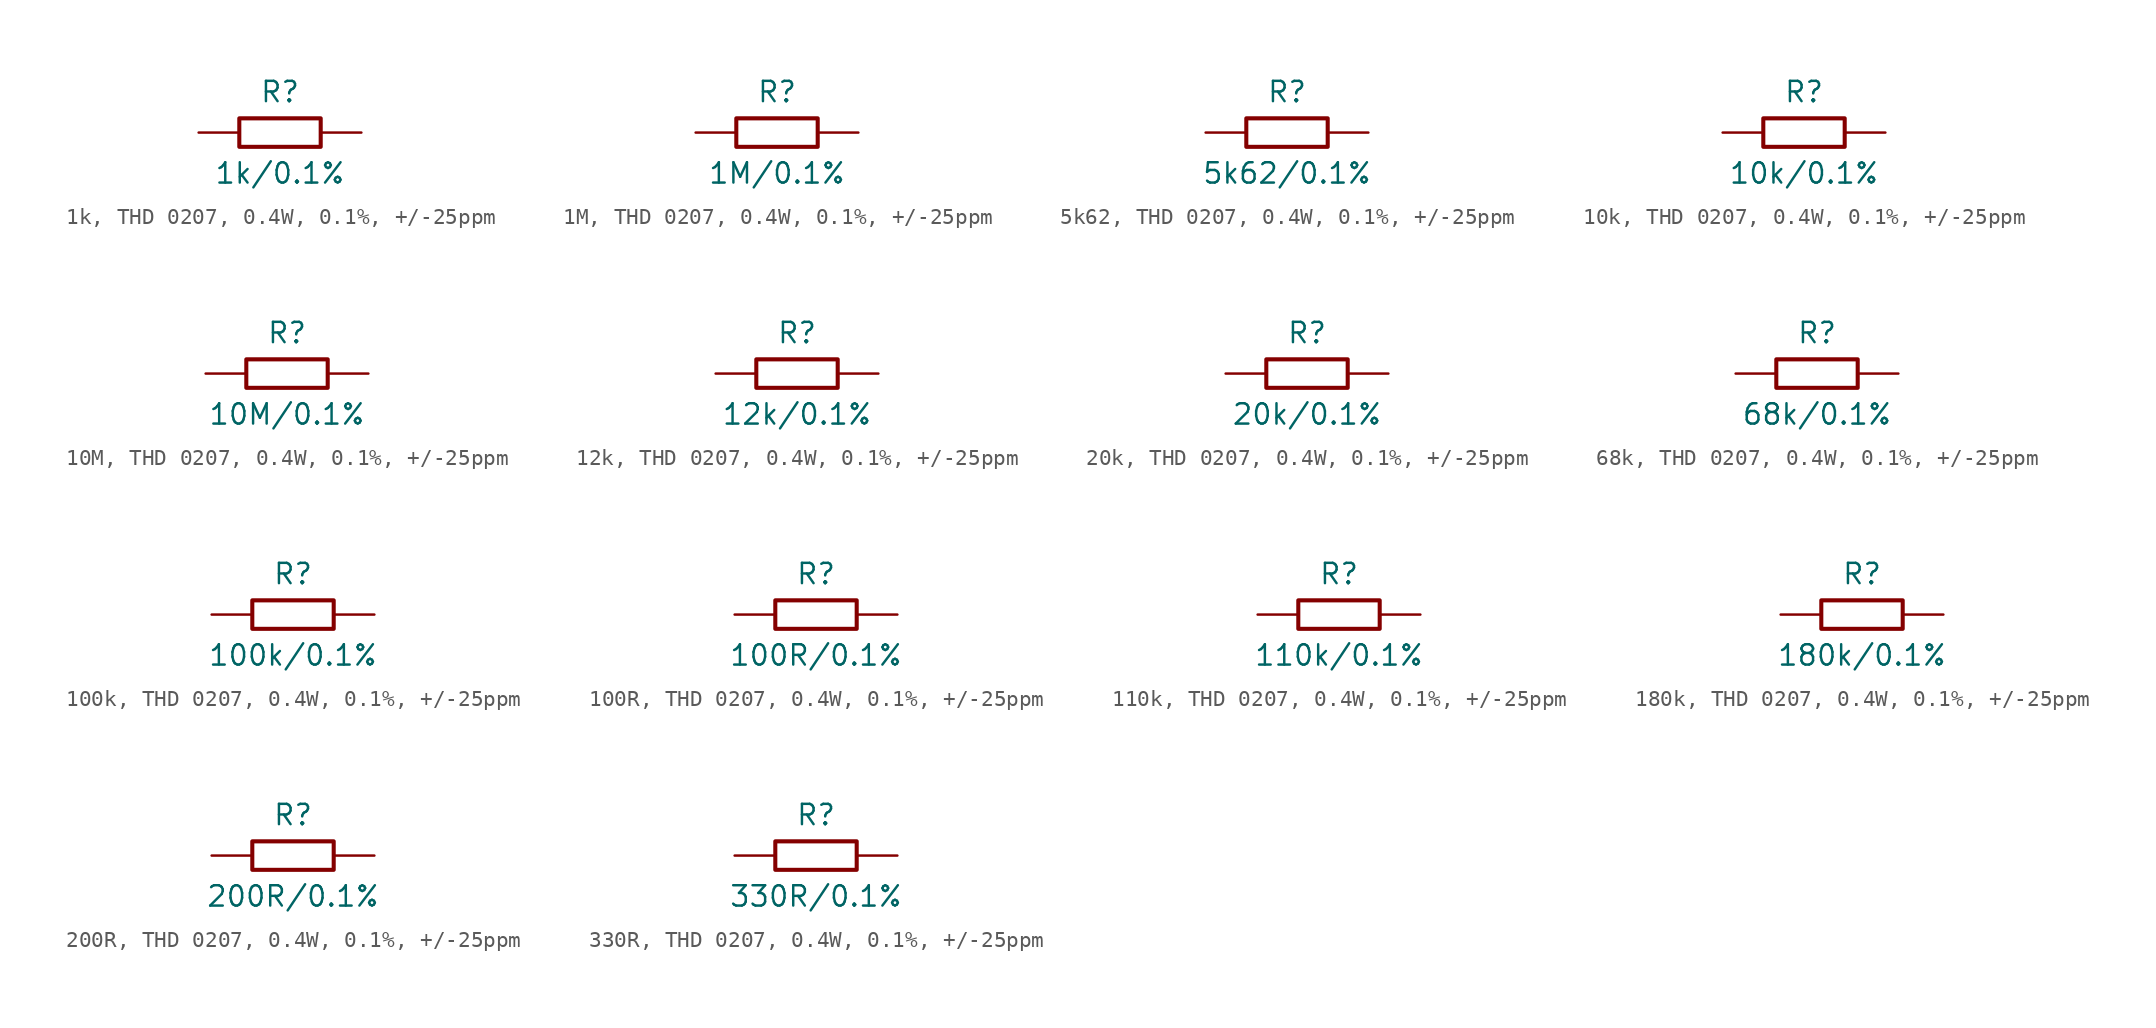
<source format=kicad_sym>
(kicad_symbol_lib
  (version 20241209)
  (generator "kicad_symbol_editor")
  (generator_version "9.0")
  (symbol "1k, THD 0207, 0.4W, 0.1%, +/-25ppm"
    (pin_numbers
      (hide yes))
    (pin_names
      (offset 0)
      (hide yes))
    (property "Reference" "R"
      (at 0 2.54 0)
      (effects (font (size 1.27 1.27))))
    (property "Value" "1k/0.1%"
      (at 0 -2.54 0)
      (effects (font (size 1.27 1.27))))
    (symbol "1k, THD 0207, 0.4W, 0.1%, +/-25ppm_0_1"
      (rectangle (start -2.54 0.889) (end 2.54 -0.889) (stroke (width 0.254) (type default)) (fill (type none))))
    (symbol "1k, THD 0207, 0.4W, 0.1%, +/-25ppm_1_1"
      (pin passive line (at -5.08 0 0) (length 2.54) (name "1" (effects (font (size 1.27 1.27)))) (number "1" (effects (font (size 1.27 1.27)))))
      (pin passive line (at 5.08 0 180) (length 2.54) (name "2" (effects (font (size 1.27 1.27)))) (number "2" (effects (font (size 1.27 1.27)))))))
  (symbol "1M, THD 0207, 0.4W, 0.1%, +/-25ppm"
    (pin_numbers
      (hide yes))
    (pin_names
      (offset 0)
      (hide yes))
    (property "Reference" "R"
      (at 0 2.54 0)
      (effects (font (size 1.27 1.27))))
    (property "Value" "1M/0.1%"
      (at 0 -2.54 0)
      (effects (font (size 1.27 1.27))))
    (symbol "1M, THD 0207, 0.4W, 0.1%, +/-25ppm_0_1"
      (rectangle (start -2.54 0.889) (end 2.54 -0.889) (stroke (width 0.254) (type default)) (fill (type none))))
    (symbol "1M, THD 0207, 0.4W, 0.1%, +/-25ppm_1_1"
      (pin passive line (at -5.08 0 0) (length 2.54) (name "1" (effects (font (size 1.27 1.27)))) (number "1" (effects (font (size 1.27 1.27)))))
      (pin passive line (at 5.08 0 180) (length 2.54) (name "2" (effects (font (size 1.27 1.27)))) (number "2" (effects (font (size 1.27 1.27)))))))
  (symbol "5k62, THD 0207, 0.4W, 0.1%, +/-25ppm"
    (pin_numbers
      (hide yes))
    (pin_names
      (offset 0)
      (hide yes))
    (property "Reference" "R"
      (at 0 2.54 0)
      (effects (font (size 1.27 1.27))))
    (property "Value" "5k62/0.1%"
      (at 0 -2.54 0)
      (effects (font (size 1.27 1.27))))
    (symbol "5k62, THD 0207, 0.4W, 0.1%, +/-25ppm_0_1"
      (rectangle (start -2.54 0.889) (end 2.54 -0.889) (stroke (width 0.254) (type default)) (fill (type none))))
    (symbol "5k62, THD 0207, 0.4W, 0.1%, +/-25ppm_1_1"
      (pin passive line (at -5.08 0 0) (length 2.54) (name "1" (effects (font (size 1.27 1.27)))) (number "1" (effects (font (size 1.27 1.27)))))
      (pin passive line (at 5.08 0 180) (length 2.54) (name "2" (effects (font (size 1.27 1.27)))) (number "2" (effects (font (size 1.27 1.27)))))))
  (symbol "10k, THD 0207, 0.4W, 0.1%, +/-25ppm"
    (pin_numbers
      (hide yes))
    (pin_names
      (offset 0)
      (hide yes))
    (property "Reference" "R"
      (at 0 2.54 0)
      (effects (font (size 1.27 1.27))))
    (property "Value" "10k/0.1%"
      (at 0 -2.54 0)
      (effects (font (size 1.27 1.27))))
    (symbol "10k, THD 0207, 0.4W, 0.1%, +/-25ppm_0_1"
      (rectangle (start -2.54 0.889) (end 2.54 -0.889) (stroke (width 0.254) (type default)) (fill (type none))))
    (symbol "10k, THD 0207, 0.4W, 0.1%, +/-25ppm_1_1"
      (pin passive line (at -5.08 0 0) (length 2.54) (name "1" (effects (font (size 1.27 1.27)))) (number "1" (effects (font (size 1.27 1.27)))))
      (pin passive line (at 5.08 0 180) (length 2.54) (name "2" (effects (font (size 1.27 1.27)))) (number "2" (effects (font (size 1.27 1.27)))))))
  (symbol "10M, THD 0207, 0.4W, 0.1%, +/-25ppm"
    (pin_numbers
      (hide yes))
    (pin_names
      (offset 0)
      (hide yes))
    (property "Reference" "R"
      (at 0 2.54 0)
      (effects (font (size 1.27 1.27))))
    (property "Value" "10M/0.1%"
      (at 0 -2.54 0)
      (effects (font (size 1.27 1.27))))
    (symbol "10M, THD 0207, 0.4W, 0.1%, +/-25ppm_0_1"
      (rectangle (start -2.54 0.889) (end 2.54 -0.889) (stroke (width 0.254) (type default)) (fill (type none))))
    (symbol "10M, THD 0207, 0.4W, 0.1%, +/-25ppm_1_1"
      (pin passive line (at -5.08 0 0) (length 2.54) (name "1" (effects (font (size 1.27 1.27)))) (number "1" (effects (font (size 1.27 1.27)))))
      (pin passive line (at 5.08 0 180) (length 2.54) (name "2" (effects (font (size 1.27 1.27)))) (number "2" (effects (font (size 1.27 1.27)))))))
  (symbol "12k, THD 0207, 0.4W, 0.1%, +/-25ppm"
    (pin_numbers
      (hide yes))
    (pin_names
      (offset 0)
      (hide yes))
    (property "Reference" "R"
      (at 0 2.54 0)
      (effects (font (size 1.27 1.27))))
    (property "Value" "12k/0.1%"
      (at 0 -2.54 0)
      (effects (font (size 1.27 1.27))))
    (symbol "12k, THD 0207, 0.4W, 0.1%, +/-25ppm_0_1"
      (rectangle (start -2.54 0.889) (end 2.54 -0.889) (stroke (width 0.254) (type default)) (fill (type none))))
    (symbol "12k, THD 0207, 0.4W, 0.1%, +/-25ppm_1_1"
      (pin passive line (at -5.08 0 0) (length 2.54) (name "1" (effects (font (size 1.27 1.27)))) (number "1" (effects (font (size 1.27 1.27)))))
      (pin passive line (at 5.08 0 180) (length 2.54) (name "2" (effects (font (size 1.27 1.27)))) (number "2" (effects (font (size 1.27 1.27)))))))
  (symbol "20k, THD 0207, 0.4W, 0.1%, +/-25ppm"
    (pin_numbers
      (hide yes))
    (pin_names
      (offset 0)
      (hide yes))
    (property "Reference" "R"
      (at 0 2.54 0)
      (effects (font (size 1.27 1.27))))
    (property "Value" "20k/0.1%"
      (at 0 -2.54 0)
      (effects (font (size 1.27 1.27))))
    (symbol "20k, THD 0207, 0.4W, 0.1%, +/-25ppm_0_1"
      (rectangle (start -2.54 0.889) (end 2.54 -0.889) (stroke (width 0.254) (type default)) (fill (type none))))
    (symbol "20k, THD 0207, 0.4W, 0.1%, +/-25ppm_1_1"
      (pin passive line (at -5.08 0 0) (length 2.54) (name "1" (effects (font (size 1.27 1.27)))) (number "1" (effects (font (size 1.27 1.27)))))
      (pin passive line (at 5.08 0 180) (length 2.54) (name "2" (effects (font (size 1.27 1.27)))) (number "2" (effects (font (size 1.27 1.27)))))))
  (symbol "68k, THD 0207, 0.4W, 0.1%, +/-25ppm"
    (pin_numbers
      (hide yes))
    (pin_names
      (offset 0)
      (hide yes))
    (property "Reference" "R"
      (at 0 2.54 0)
      (effects (font (size 1.27 1.27))))
    (property "Value" "68k/0.1%"
      (at 0 -2.54 0)
      (effects (font (size 1.27 1.27))))
    (symbol "68k, THD 0207, 0.4W, 0.1%, +/-25ppm_0_1"
      (rectangle (start -2.54 0.889) (end 2.54 -0.889) (stroke (width 0.254) (type default)) (fill (type none))))
    (symbol "68k, THD 0207, 0.4W, 0.1%, +/-25ppm_1_1"
      (pin passive line (at -5.08 0 0) (length 2.54) (name "1" (effects (font (size 1.27 1.27)))) (number "1" (effects (font (size 1.27 1.27)))))
      (pin passive line (at 5.08 0 180) (length 2.54) (name "2" (effects (font (size 1.27 1.27)))) (number "2" (effects (font (size 1.27 1.27)))))))
  (symbol "100k, THD 0207, 0.4W, 0.1%, +/-25ppm"
    (pin_numbers
      (hide yes))
    (pin_names
      (offset 0)
      (hide yes))
    (property "Reference" "R"
      (at 0 2.54 0)
      (effects (font (size 1.27 1.27))))
    (property "Value" "100k/0.1%"
      (at 0 -2.54 0)
      (effects (font (size 1.27 1.27))))
    (symbol "100k, THD 0207, 0.4W, 0.1%, +/-25ppm_0_1"
      (rectangle (start -2.54 0.889) (end 2.54 -0.889) (stroke (width 0.254) (type default)) (fill (type none))))
    (symbol "100k, THD 0207, 0.4W, 0.1%, +/-25ppm_1_1"
      (pin passive line (at -5.08 0 0) (length 2.54) (name "1" (effects (font (size 1.27 1.27)))) (number "1" (effects (font (size 1.27 1.27)))))
      (pin passive line (at 5.08 0 180) (length 2.54) (name "2" (effects (font (size 1.27 1.27)))) (number "2" (effects (font (size 1.27 1.27)))))))
  (symbol "100R, THD 0207, 0.4W, 0.1%, +/-25ppm"
    (pin_numbers
      (hide yes))
    (pin_names
      (offset 0)
      (hide yes))
    (property "Reference" "R"
      (at 0 2.54 0)
      (effects (font (size 1.27 1.27))))
    (property "Value" "100R/0.1%"
      (at 0 -2.54 0)
      (effects (font (size 1.27 1.27))))
    (symbol "100R, THD 0207, 0.4W, 0.1%, +/-25ppm_0_1"
      (rectangle (start -2.54 0.889) (end 2.54 -0.889) (stroke (width 0.254) (type default)) (fill (type none))))
    (symbol "100R, THD 0207, 0.4W, 0.1%, +/-25ppm_1_1"
      (pin passive line (at -5.08 0 0) (length 2.54) (name "1" (effects (font (size 1.27 1.27)))) (number "1" (effects (font (size 1.27 1.27)))))
      (pin passive line (at 5.08 0 180) (length 2.54) (name "2" (effects (font (size 1.27 1.27)))) (number "2" (effects (font (size 1.27 1.27)))))))
  (symbol "110k, THD 0207, 0.4W, 0.1%, +/-25ppm"
    (pin_numbers
      (hide yes))
    (pin_names
      (offset 0)
      (hide yes))
    (property "Reference" "R"
      (at 0 2.54 0)
      (effects (font (size 1.27 1.27))))
    (property "Value" "110k/0.1%"
      (at 0 -2.54 0)
      (effects (font (size 1.27 1.27))))
    (symbol "110k, THD 0207, 0.4W, 0.1%, +/-25ppm_0_1"
      (rectangle (start -2.54 0.889) (end 2.54 -0.889) (stroke (width 0.254) (type default)) (fill (type none))))
    (symbol "110k, THD 0207, 0.4W, 0.1%, +/-25ppm_1_1"
      (pin passive line (at -5.08 0 0) (length 2.54) (name "1" (effects (font (size 1.27 1.27)))) (number "1" (effects (font (size 1.27 1.27)))))
      (pin passive line (at 5.08 0 180) (length 2.54) (name "2" (effects (font (size 1.27 1.27)))) (number "2" (effects (font (size 1.27 1.27)))))))
  (symbol "180k, THD 0207, 0.4W, 0.1%, +/-25ppm"
    (pin_numbers
      (hide yes))
    (pin_names
      (offset 0)
      (hide yes))
    (property "Reference" "R"
      (at 0 2.54 0)
      (effects (font (size 1.27 1.27))))
    (property "Value" "180k/0.1%"
      (at 0 -2.54 0)
      (effects (font (size 1.27 1.27))))
    (symbol "180k, THD 0207, 0.4W, 0.1%, +/-25ppm_0_1"
      (rectangle (start -2.54 0.889) (end 2.54 -0.889) (stroke (width 0.254) (type default)) (fill (type none))))
    (symbol "180k, THD 0207, 0.4W, 0.1%, +/-25ppm_1_1"
      (pin passive line (at -5.08 0 0) (length 2.54) (name "1" (effects (font (size 1.27 1.27)))) (number "1" (effects (font (size 1.27 1.27)))))
      (pin passive line (at 5.08 0 180) (length 2.54) (name "2" (effects (font (size 1.27 1.27)))) (number "2" (effects (font (size 1.27 1.27)))))))
  (symbol "200R, THD 0207, 0.4W, 0.1%, +/-25ppm"
    (pin_numbers
      (hide yes))
    (pin_names
      (offset 0)
      (hide yes))
    (property "Reference" "R"
      (at 0 2.54 0)
      (effects (font (size 1.27 1.27))))
    (property "Value" "200R/0.1%"
      (at 0 -2.54 0)
      (effects (font (size 1.27 1.27))))
    (symbol "200R, THD 0207, 0.4W, 0.1%, +/-25ppm_0_1"
      (rectangle (start -2.54 0.889) (end 2.54 -0.889) (stroke (width 0.254) (type default)) (fill (type none))))
    (symbol "200R, THD 0207, 0.4W, 0.1%, +/-25ppm_1_1"
      (pin passive line (at -5.08 0 0) (length 2.54) (name "1" (effects (font (size 1.27 1.27)))) (number "1" (effects (font (size 1.27 1.27)))))
      (pin passive line (at 5.08 0 180) (length 2.54) (name "2" (effects (font (size 1.27 1.27)))) (number "2" (effects (font (size 1.27 1.27)))))))
  (symbol "330R, THD 0207, 0.4W, 0.1%, +/-25ppm"
    (pin_numbers
      (hide yes))
    (pin_names
      (offset 0)
      (hide yes))
    (property "Reference" "R"
      (at 0 2.54 0)
      (effects (font (size 1.27 1.27))))
    (property "Value" "330R/0.1%"
      (at 0 -2.54 0)
      (effects (font (size 1.27 1.27))))
    (symbol "330R, THD 0207, 0.4W, 0.1%, +/-25ppm_0_1"
      (rectangle (start -2.54 0.889) (end 2.54 -0.889) (stroke (width 0.254) (type default)) (fill (type none))))
    (symbol "330R, THD 0207, 0.4W, 0.1%, +/-25ppm_1_1"
      (pin passive line (at -5.08 0 0) (length 2.54) (name "1" (effects (font (size 1.27 1.27)))) (number "1" (effects (font (size 1.27 1.27)))))
      (pin passive line (at 5.08 0 180) (length 2.54) (name "2" (effects (font (size 1.27 1.27)))) (number "2" (effects (font (size 1.27 1.27))))))))
</source>
